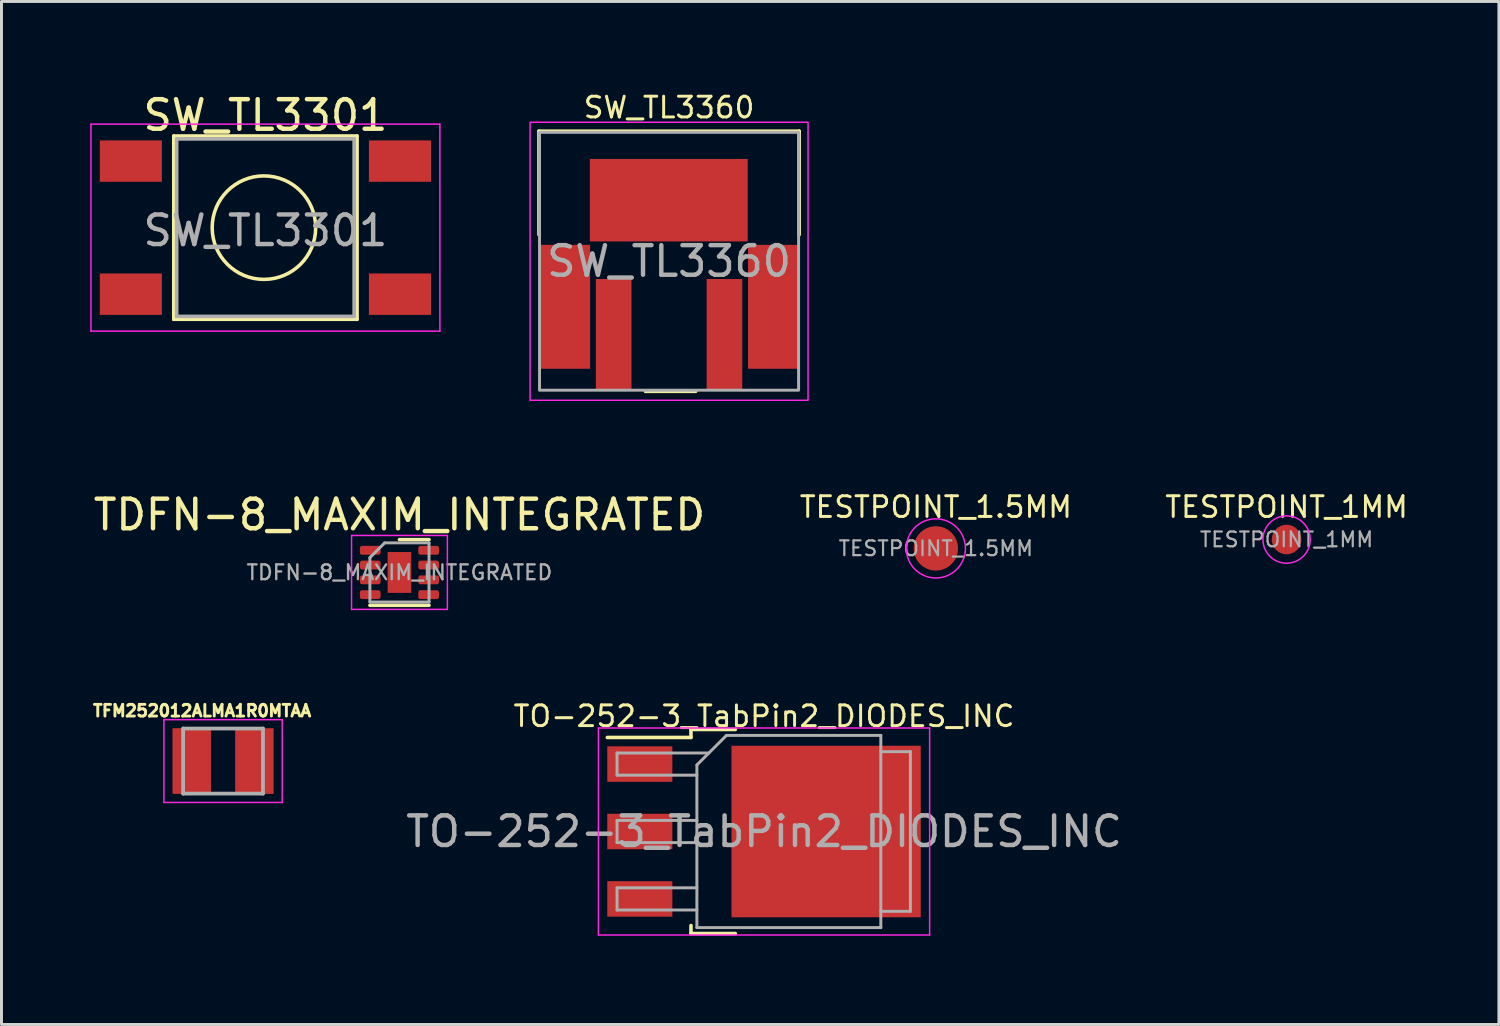
<source format=kicad_pcb>
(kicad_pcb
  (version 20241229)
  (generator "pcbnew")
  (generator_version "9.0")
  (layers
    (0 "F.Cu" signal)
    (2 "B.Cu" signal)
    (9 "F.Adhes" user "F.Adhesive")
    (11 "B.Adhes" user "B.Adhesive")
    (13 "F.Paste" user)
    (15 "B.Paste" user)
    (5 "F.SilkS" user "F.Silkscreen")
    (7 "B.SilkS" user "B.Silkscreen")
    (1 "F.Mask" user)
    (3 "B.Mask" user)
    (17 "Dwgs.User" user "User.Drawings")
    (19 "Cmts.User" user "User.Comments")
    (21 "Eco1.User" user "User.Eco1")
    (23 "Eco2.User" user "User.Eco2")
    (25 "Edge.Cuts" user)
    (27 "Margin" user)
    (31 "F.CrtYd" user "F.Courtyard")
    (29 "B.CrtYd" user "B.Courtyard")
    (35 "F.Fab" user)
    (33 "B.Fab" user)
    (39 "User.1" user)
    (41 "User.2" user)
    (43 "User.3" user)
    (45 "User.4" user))
  (footprint "TESTPOINT_1MM"
    (layer "F.Cu")
    (at 40.457 15.195)
    (property "Reference" "TESTPOINT_1MM" (at 0 -1.1 0) (unlocked yes) (layer "F.SilkS") (effects (font (size 0.7 0.7) (thickness 0.1))))
    (attr smd exclude_from_pos_files exclude_from_bom)
    (fp_circle (center 0 0) (end 0.8 0) (stroke (width 0.05) (type solid)) (fill no) (layer "F.CrtYd"))
    (fp_text user "${REFERENCE}" (at 0 0 0) (unlocked yes) (layer "F.Fab") (effects (font (size 0.5 0.5) (thickness 0.075))))
    (pad "1" smd circle (at 0 0) (size 1 1) (layers "F.Cu" "F.Mask")))
  (footprint "TFM252012ALMA1R0MTAA"
    (layer "F.Cu")
    (at 4.493 22.686)
    (property "Reference" "TFM252012ALMA1R0MTAA" (at -0.71 -1.7 0) (layer "F.SilkS") (effects (font (size 0.394 0.394) (thickness 0.15))))
    (attr smd)
    (fp_line (start -2 -1.4) (end 2 -1.4) (stroke (width 0.05) (type solid)) (layer "F.CrtYd"))
    (fp_line (start -2 1.4) (end -2 -1.4) (stroke (width 0.05) (type solid)) (layer "F.CrtYd"))
    (fp_line (start -2 1.4) (end 2 1.4) (stroke (width 0.05) (type solid)) (layer "F.CrtYd"))
    (fp_line (start 2 1.4) (end 2 -1.4) (stroke (width 0.05) (type solid)) (layer "F.CrtYd"))
    (fp_line (start -1.35 1.1) (end -1.35 -1.1) (stroke (width 0.127) (type solid)) (layer "F.Fab"))
    (fp_line (start 1.35 -1.1) (end -1.35 -1.1) (stroke (width 0.127) (type solid)) (layer "F.Fab"))
    (fp_line (start 1.35 1.1) (end -1.35 1.1) (stroke (width 0.127) (type solid)) (layer "F.Fab"))
    (fp_line (start 1.35 1.1) (end 1.35 -1.1) (stroke (width 0.127) (type solid)) (layer "F.Fab"))
    (pad "1" smd rect (at -1.06 0) (size 1.3 2.22) (layers "F.Cu" "F.Mask" "F.Paste"))
    (pad "2" smd rect (at 1.06 0) (size 1.3 2.22) (layers "F.Cu" "F.Mask" "F.Paste")))
  (footprint "SW_TL3360"
    (layer "F.Cu")
    (at 19.575 5.785)
    (property "Reference" "SW_TL3360" (at 0 -5.2 0) (unlocked yes) (layer "F.SilkS") (effects (font (size 0.7 0.7) (thickness 0.1))))
    (attr smd)
    (fp_line (start -4.4 -4.4) (end 4.4 -4.4) (stroke (width 0.12) (type solid)) (layer "F.SilkS"))
    (fp_line (start -4.4 -0.9) (end -4.4 -4.4) (stroke (width 0.12) (type solid)) (layer "F.SilkS"))
    (fp_line (start -0.8 4.4) (end 0.9 4.4) (stroke (width 0.12) (type solid)) (layer "F.SilkS"))
    (fp_line (start 4.4 -4.4) (end 4.4 -0.9) (stroke (width 0.12) (type solid)) (layer "F.SilkS"))
    (fp_rect (start -4.7 -4.7) (end 4.7 4.7) (stroke (width 0.05) (type solid)) (fill no) (layer "F.CrtYd"))
    (fp_rect (start -4.38 -4.36) (end 4.38 4.36) (stroke (width 0.1) (type solid)) (fill no) (layer "F.Fab"))
    (fp_text user "${REFERENCE}" (at 0 0 0) (unlocked yes) (layer "F.Fab") (effects (font (size 1 1) (thickness 0.15))))
    (pad "1" smd rect (at -1.873 2.48) (size 1.205 3.76) (layers "F.Cu" "F.Mask" "F.Paste"))
    (pad "2" smd rect (at 1.873 2.48) (size 1.205 3.76) (layers "F.Cu" "F.Mask" "F.Paste"))
    (pad "3" smd rect (at -3.525 1.54) (size 1.71 4.19) (layers "F.Cu" "F.Mask" "F.Paste"))
    (pad "3" smd rect (at -0.01 -2.065) (size 5.34 2.79) (layers "F.Cu" "F.Mask" "F.Paste"))
    (pad "3" smd rect (at 3.525 1.54) (size 1.71 4.19) (layers "F.Cu" "F.Mask" "F.Paste")))
  (footprint "TESTPOINT_1.5MM"
    (layer "F.Cu")
    (at 28.597 15.495)
    (property "Reference" "TESTPOINT_1.5MM" (at 0 -1.4 0) (unlocked yes) (layer "F.SilkS") (effects (font (size 0.7 0.7) (thickness 0.1))))
    (attr smd exclude_from_pos_files exclude_from_bom)
    (fp_circle (center 0 0) (end 1 0) (stroke (width 0.05) (type solid)) (fill no) (layer "F.CrtYd"))
    (fp_text user "${REFERENCE}" (at 0 0 0) (unlocked yes) (layer "F.Fab") (effects (font (size 0.5 0.5) (thickness 0.075))))
    (pad "1" smd circle (at 0 0) (size 1.5 1.5) (layers "F.Cu" "F.Mask")))
  (footprint "TO-252-3_TabPin2_DIODES_INC"
    (layer "F.Cu")
    (at 22.786 25.068)
    (property "Reference" "TO-252-3_TabPin2_DIODES_INC" (at 0 -3.9 0) (layer "F.SilkS") (effects (font (size 0.7 0.7) (thickness 0.1))))
    (attr smd)
    (fp_line (start -2.47 -3.45) (end -2.47 -3.18) (stroke (width 0.12) (type solid)) (layer "F.SilkS"))
    (fp_line (start -2.47 -3.18) (end -5.3 -3.18) (stroke (width 0.12) (type solid)) (layer "F.SilkS"))
    (fp_line (start -2.47 3.45) (end -2.47 3.18) (stroke (width 0.12) (type solid)) (layer "F.SilkS"))
    (fp_line (start -0.97 -3.45) (end -2.47 -3.45) (stroke (width 0.12) (type solid)) (layer "F.SilkS"))
    (fp_line (start -0.97 3.45) (end -2.47 3.45) (stroke (width 0.12) (type solid)) (layer "F.SilkS"))
    (fp_line (start -5.6 -3.5) (end -5.6 3.5) (stroke (width 0.05) (type solid)) (layer "F.CrtYd"))
    (fp_line (start -5.6 3.5) (end 5.6 3.5) (stroke (width 0.05) (type solid)) (layer "F.CrtYd"))
    (fp_line (start 5.6 -3.5) (end -5.6 -3.5) (stroke (width 0.05) (type solid)) (layer "F.CrtYd"))
    (fp_line (start 5.6 3.5) (end 5.6 -3.5) (stroke (width 0.05) (type solid)) (layer "F.CrtYd"))
    (fp_line (start -4.97 -2.655) (end -4.97 -1.905) (stroke (width 0.1) (type solid)) (layer "F.Fab"))
    (fp_line (start -4.97 -1.905) (end -2.27 -1.905) (stroke (width 0.1) (type solid)) (layer "F.Fab"))
    (fp_line (start -4.97 -0.375) (end -4.97 0.375) (stroke (width 0.1) (type solid)) (layer "F.Fab"))
    (fp_line (start -4.97 0.375) (end -2.27 0.375) (stroke (width 0.1) (type solid)) (layer "F.Fab"))
    (fp_line (start -4.97 1.905) (end -4.97 2.655) (stroke (width 0.1) (type solid)) (layer "F.Fab"))
    (fp_line (start -4.97 2.655) (end -2.27 2.655) (stroke (width 0.1) (type solid)) (layer "F.Fab"))
    (fp_line (start -2.27 -2.25) (end -1.27 -3.25) (stroke (width 0.1) (type solid)) (layer "F.Fab"))
    (fp_line (start -2.27 -0.375) (end -4.97 -0.375) (stroke (width 0.1) (type solid)) (layer "F.Fab"))
    (fp_line (start -2.27 1.905) (end -4.97 1.905) (stroke (width 0.1) (type solid)) (layer "F.Fab"))
    (fp_line (start -2.27 3.25) (end -2.27 -2.25) (stroke (width 0.1) (type solid)) (layer "F.Fab"))
    (fp_line (start -1.865 -2.655) (end -4.97 -2.655) (stroke (width 0.1) (type solid)) (layer "F.Fab"))
    (fp_line (start -1.27 -3.25) (end 3.95 -3.25) (stroke (width 0.1) (type solid)) (layer "F.Fab"))
    (fp_line (start 3.95 -3.25) (end 3.95 3.25) (stroke (width 0.1) (type solid)) (layer "F.Fab"))
    (fp_line (start 3.95 -2.7) (end 4.95 -2.7) (stroke (width 0.1) (type solid)) (layer "F.Fab"))
    (fp_line (start 3.95 3.25) (end -2.27 3.25) (stroke (width 0.1) (type solid)) (layer "F.Fab"))
    (fp_line (start 4.95 -2.7) (end 4.95 2.7) (stroke (width 0.1) (type solid)) (layer "F.Fab"))
    (fp_line (start 4.95 2.7) (end 3.95 2.7) (stroke (width 0.1) (type solid)) (layer "F.Fab"))
    (fp_text user "${REFERENCE}" (at 0 0 0) (layer "F.Fab") (effects (font (size 1 1) (thickness 0.15))))
    (pad "" smd rect (at 0.425 -1.525) (size 3.05 2.75) (layers "F.Paste"))
    (pad "" smd rect (at 0.425 1.525) (size 3.05 2.75) (layers "F.Paste"))
    (pad "" smd rect (at 3.775 -1.525) (size 3.05 2.75) (layers "F.Paste"))
    (pad "" smd rect (at 3.775 1.525) (size 3.05 2.75) (layers "F.Paste"))
    (pad "1" smd rect (at -4.2 -2.28) (size 2.2 1.2) (layers "F.Cu" "F.Mask" "F.Paste"))
    (pad "2" smd rect (at -4.2 0) (size 2.2 1.2) (layers "F.Cu" "F.Mask" "F.Paste"))
    (pad "2" smd rect (at 2.1 0) (size 6.4 5.8) (layers "F.Cu" "F.Mask"))
    (pad "3" smd rect (at -4.2 2.28) (size 2.2 1.2) (layers "F.Cu" "F.Mask" "F.Paste")))
  (footprint "SW_TL3301"
    (layer "F.Cu")
    (at 5.925 4.648)
    (property "Reference" "SW_TL3301" (at 0 -3.8 0) (unlocked yes) (layer "F.SilkS") (effects (font (size 1 1) (thickness 0.15))))
    (attr smd)
    (fp_line (start -3.1 -3.1) (end 3.1 -3.1) (stroke (width 0.12) (type solid)) (layer "F.SilkS"))
    (fp_line (start -3.1 3.1) (end -3.1 -3.1) (stroke (width 0.12) (type solid)) (layer "F.SilkS"))
    (fp_line (start 3.1 -3.1) (end 3.1 3.1) (stroke (width 0.12) (type solid)) (layer "F.SilkS"))
    (fp_line (start 3.1 3.1) (end -3.1 3.1) (stroke (width 0.12) (type solid)) (layer "F.SilkS"))
    (fp_circle (center -0.05 0) (end 1.7 0) (stroke (width 0.12) (type solid)) (fill no) (layer "F.SilkS"))
    (fp_line (start -5.9 -3.5) (end 5.9 -3.5) (stroke (width 0.05) (type solid)) (layer "F.CrtYd"))
    (fp_line (start -5.9 3.5) (end -5.9 -3.5) (stroke (width 0.05) (type solid)) (layer "F.CrtYd"))
    (fp_line (start -5.9 3.5) (end 5.9 3.5) (stroke (width 0.05) (type solid)) (layer "F.CrtYd"))
    (fp_line (start 5.9 3.5) (end 5.9 -3.5) (stroke (width 0.05) (type solid)) (layer "F.CrtYd"))
    (fp_rect (start -3 -3) (end 3 3) (stroke (width 0.12) (type solid)) (fill no) (layer "F.Fab"))
    (fp_text user "${REFERENCE}" (at 0 0.1 0) (unlocked yes) (layer "F.Fab") (effects (font (size 1 1) (thickness 0.15))))
    (pad "1" smd rect (at -4.55 2.25) (size 2.1 1.4) (layers "F.Cu" "F.Mask" "F.Paste"))
    (pad "2" smd rect (at 4.55 2.25) (size 2.1 1.4) (layers "F.Cu" "F.Mask" "F.Paste"))
    (pad "3" smd rect (at -4.55 -2.25) (size 2.1 1.4) (layers "F.Cu" "F.Mask" "F.Paste"))
    (pad "4" smd rect (at 4.55 -2.25) (size 2.1 1.4) (layers "F.Cu" "F.Mask" "F.Paste")))
  (footprint "TDFN-8_MAXIM_INTEGRATED"
    (layer "F.Cu")
    (at 10.458 16.308)
    (property "Reference" "TDFN-8_MAXIM_INTEGRATED" (at 0 -1.95 0) (layer "F.SilkS") (effects (font (size 1 1) (thickness 0.15))))
    (attr smd)
    (fp_line (start -1 1.11) (end 1 1.11) (stroke (width 0.12) (type solid)) (layer "F.SilkS"))
    (fp_line (start 0 -1.11) (end 1 -1.11) (stroke (width 0.12) (type solid)) (layer "F.SilkS"))
    (fp_line (start -1.62 -1.25) (end -1.62 1.25) (stroke (width 0.05) (type solid)) (layer "F.CrtYd"))
    (fp_line (start -1.62 1.25) (end 1.62 1.25) (stroke (width 0.05) (type solid)) (layer "F.CrtYd"))
    (fp_line (start 1.62 -1.25) (end -1.62 -1.25) (stroke (width 0.05) (type solid)) (layer "F.CrtYd"))
    (fp_line (start 1.62 1.25) (end 1.62 -1.25) (stroke (width 0.05) (type solid)) (layer "F.CrtYd"))
    (fp_line (start -1 -0.5) (end -0.5 -1) (stroke (width 0.1) (type solid)) (layer "F.Fab"))
    (fp_line (start -1 1) (end -1 -0.5) (stroke (width 0.1) (type solid)) (layer "F.Fab"))
    (fp_line (start -0.5 -1) (end 1 -1) (stroke (width 0.1) (type solid)) (layer "F.Fab"))
    (fp_line (start 1 -1) (end 1 1) (stroke (width 0.1) (type solid)) (layer "F.Fab"))
    (fp_line (start 1 1) (end -1 1) (stroke (width 0.1) (type solid)) (layer "F.Fab"))
    (fp_text user "${REFERENCE}" (at 0 0 0) (layer "F.Fab") (effects (font (size 0.5 0.5) (thickness 0.08))))
    (pad "" smd roundrect (at -0.2 -0.3) (size 0.32 0.48) (layers "F.Paste") (roundrect_rratio 0.25))
    (pad "" smd roundrect (at -0.2 0.3) (size 0.32 0.48) (layers "F.Paste") (roundrect_rratio 0.25))
    (pad "" smd roundrect (at 0.2 -0.3) (size 0.32 0.48) (layers "F.Paste") (roundrect_rratio 0.25))
    (pad "" smd roundrect (at 0.2 0.3) (size 0.32 0.48) (layers "F.Paste") (roundrect_rratio 0.25))
    (pad "1" smd roundrect (at -0.988 -0.75) (size 0.7 0.3) (layers "F.Cu" "F.Mask" "F.Paste") (roundrect_rratio 0.25))
    (pad "2" smd roundrect (at -0.988 -0.25) (size 0.7 0.3) (layers "F.Cu" "F.Mask" "F.Paste") (roundrect_rratio 0.25))
    (pad "3" smd roundrect (at -0.988 0.25) (size 0.7 0.3) (layers "F.Cu" "F.Mask" "F.Paste") (roundrect_rratio 0.25))
    (pad "4" smd roundrect (at -0.988 0.75) (size 0.7 0.3) (layers "F.Cu" "F.Mask" "F.Paste") (roundrect_rratio 0.25))
    (pad "5" smd roundrect (at 0.988 0.75) (size 0.7 0.3) (layers "F.Cu" "F.Mask" "F.Paste") (roundrect_rratio 0.25))
    (pad "6" smd roundrect (at 0.988 0.25) (size 0.7 0.3) (layers "F.Cu" "F.Mask" "F.Paste") (roundrect_rratio 0.25))
    (pad "7" smd roundrect (at 0.988 -0.25) (size 0.7 0.3) (layers "F.Cu" "F.Mask" "F.Paste") (roundrect_rratio 0.25))
    (pad "8" smd roundrect (at 0.988 -0.75) (size 0.7 0.3) (layers "F.Cu" "F.Mask" "F.Paste") (roundrect_rratio 0.25))
    (pad "9" smd rect (at 0 0) (size 0.8 1.38) (layers "F.Cu" "F.Mask")))
  (gr_rect
    (start -3 -3)
    (end 47.637 31.593)
    (stroke (width 0.1) (type default))
    (fill no)
    (layer "Edge.Cuts")))
</source>
